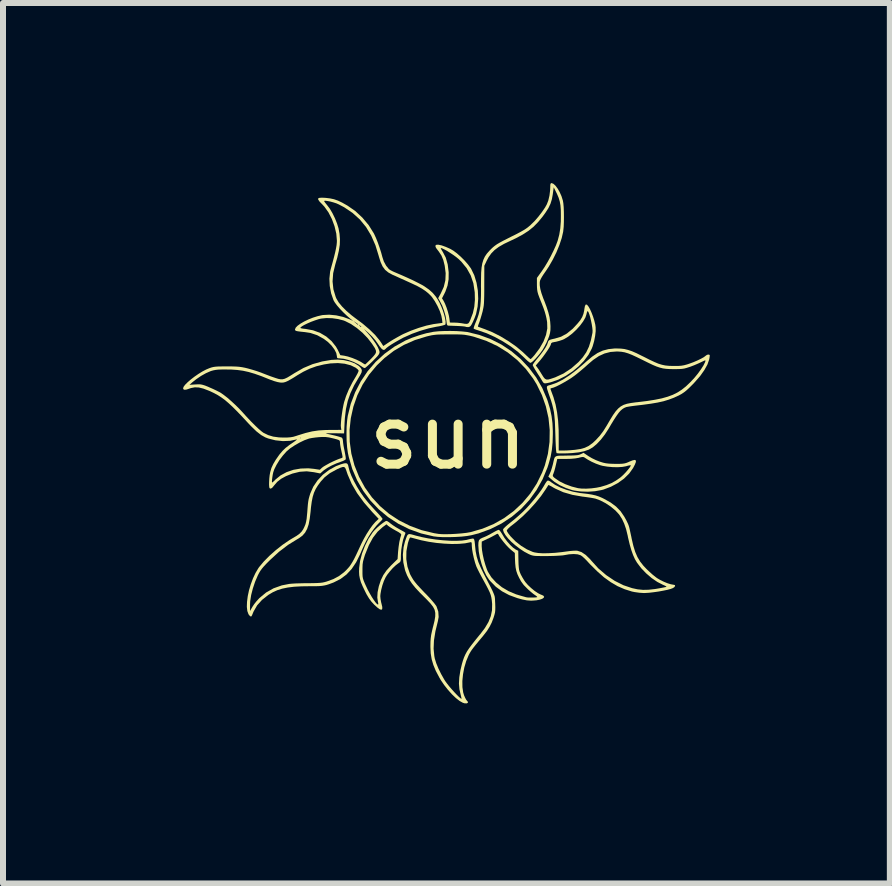
<source format=kicad_pcb>
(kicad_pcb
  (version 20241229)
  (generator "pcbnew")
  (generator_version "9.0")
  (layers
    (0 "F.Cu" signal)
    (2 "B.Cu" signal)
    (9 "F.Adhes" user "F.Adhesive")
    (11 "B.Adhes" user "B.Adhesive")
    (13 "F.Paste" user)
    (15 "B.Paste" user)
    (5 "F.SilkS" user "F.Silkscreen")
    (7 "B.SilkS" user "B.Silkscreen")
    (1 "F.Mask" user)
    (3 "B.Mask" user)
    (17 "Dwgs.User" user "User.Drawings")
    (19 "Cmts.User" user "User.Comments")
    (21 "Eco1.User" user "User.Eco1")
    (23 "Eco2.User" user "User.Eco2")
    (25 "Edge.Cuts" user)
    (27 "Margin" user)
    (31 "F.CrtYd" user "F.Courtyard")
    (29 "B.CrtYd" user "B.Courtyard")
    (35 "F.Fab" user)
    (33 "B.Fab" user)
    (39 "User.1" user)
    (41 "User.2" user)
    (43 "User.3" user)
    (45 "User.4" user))
  (footprint "sun"
    (layer "F.Cu")
    (at 4.415 4.227)
    (property "Reference" "sun" (at 0 0 0) (layer "F.SilkS") (effects (font (size 1 1) (thickness 0.15))))
    (attr board_only exclude_from_pos_files exclude_from_bom)
    (fp_poly (pts (xy -0.165 -3.201) (xy -0.107 -3.189) (xy -0.038 -3.164) (xy 0.034 -3.132) (xy 0.086 -3.102) (xy 0.145 -3.058) (xy 0.211 -3) (xy 0.276 -2.935) (xy 0.334 -2.868) (xy 0.378 -2.808) (xy 0.384 -2.798) (xy 0.436 -2.69) (xy 0.473 -2.567) (xy 0.495 -2.436) (xy 0.501 -2.301) (xy 0.491 -2.169) (xy 0.465 -2.046) (xy 0.441 -1.98) (xy 0.414 -1.917) (xy 0.392 -1.873) (xy 0.374 -1.846) (xy 0.356 -1.833) (xy 0.336 -1.828) (xy 0.332 -1.828) (xy 0.303 -1.83) (xy 0.289 -1.835) (xy 0.274 -1.838) (xy 0.24 -1.842) (xy 0.191 -1.845) (xy 0.15 -1.847) (xy 0.093 -1.849) (xy 0.045 -1.851) (xy 0.01 -1.852) (xy -0.001 -1.853) (xy -0.014 -1.859) (xy -0.022 -1.881) (xy -0.028 -1.923) (xy -0.029 -1.934) (xy -0.042 -2.012) (xy -0.067 -2.099) (xy -0.098 -2.184) (xy -0.134 -2.255) (xy -0.166 -2.31) (xy -0.122 -2.39) (xy -0.073 -2.497) (xy -0.046 -2.608) (xy -0.041 -2.726) (xy -0.057 -2.85) (xy -0.08 -2.943) (xy -0.111 -3.019) (xy -0.155 -3.086) (xy -0.172 -3.108) (xy -0.199 -3.144) (xy -0.123 -3.144) (xy -0.119 -3.131) (xy -0.104 -3.105) (xy -0.088 -3.079) (xy -0.039 -2.985) (xy -0.007 -2.872) (xy 0.009 -2.742) (xy 0.008 -2.625) (xy -0.01 -2.52) (xy -0.046 -2.419) (xy -0.064 -2.382) (xy -0.102 -2.308) (xy -0.076 -2.266) (xy -0.052 -2.218) (xy -0.027 -2.155) (xy -0.004 -2.084) (xy 0.013 -2.017) (xy 0.021 -1.971) (xy 0.029 -1.904) (xy 0.1 -1.903) (xy 0.153 -1.901) (xy 0.207 -1.895) (xy 0.228 -1.892) (xy 0.281 -1.883) (xy 0.314 -1.882) (xy 0.336 -1.89) (xy 0.352 -1.91) (xy 0.369 -1.946) (xy 0.371 -1.952) (xy 0.412 -2.06) (xy 0.436 -2.167) (xy 0.446 -2.281) (xy 0.443 -2.409) (xy 0.442 -2.415) (xy 0.42 -2.559) (xy 0.376 -2.689) (xy 0.309 -2.809) (xy 0.22 -2.918) (xy 0.172 -2.964) (xy 0.133 -2.996) (xy 0.085 -3.031) (xy 0.033 -3.065) (xy -0.017 -3.097) (xy -0.063 -3.122) (xy -0.098 -3.139) (xy -0.12 -3.145) (xy -0.123 -3.144) (xy -0.199 -3.144) (xy -0.203 -3.15) (xy -0.213 -3.18) (xy -0.202 -3.198) (xy -0.169 -3.201)) (stroke (width 0) (type solid)) (fill yes) (layer "F.SilkS"))
    (fp_poly (pts (xy 2.34 0.323) (xy 2.396 0.356) (xy 2.462 0.388) (xy 2.526 0.413) (xy 2.53 0.414) (xy 2.581 0.43) (xy 2.627 0.44) (xy 2.676 0.446) (xy 2.736 0.449) (xy 2.786 0.45) (xy 2.853 0.45) (xy 2.9 0.448) (xy 2.936 0.443) (xy 2.967 0.435) (xy 3 0.422) (xy 3.017 0.414) (xy 3.072 0.392) (xy 3.109 0.384) (xy 3.127 0.393) (xy 3.128 0.418) (xy 3.111 0.462) (xy 3.081 0.52) (xy 3.016 0.611) (xy 2.93 0.696) (xy 2.827 0.77) (xy 2.712 0.831) (xy 2.588 0.878) (xy 2.552 0.887) (xy 2.446 0.906) (xy 2.328 0.914) (xy 2.211 0.91) (xy 2.102 0.895) (xy 2.069 0.888) (xy 1.964 0.853) (xy 1.863 0.807) (xy 1.774 0.752) (xy 1.733 0.719) (xy 1.669 0.663) (xy 1.682 0.637) (xy 1.744 0.637) (xy 1.745 0.655) (xy 1.761 0.674) (xy 1.778 0.688) (xy 1.855 0.741) (xy 1.95 0.788) (xy 2.059 0.828) (xy 2.164 0.855) (xy 2.225 0.862) (xy 2.302 0.863) (xy 2.387 0.858) (xy 2.471 0.847) (xy 2.541 0.833) (xy 2.638 0.804) (xy 2.72 0.771) (xy 2.795 0.729) (xy 2.863 0.682) (xy 2.897 0.653) (xy 2.934 0.617) (xy 2.971 0.577) (xy 3.004 0.538) (xy 3.029 0.505) (xy 3.042 0.481) (xy 3.042 0.473) (xy 3.028 0.474) (xy 2.997 0.48) (xy 2.963 0.49) (xy 2.901 0.501) (xy 2.823 0.506) (xy 2.737 0.504) (xy 2.651 0.496) (xy 2.573 0.483) (xy 2.532 0.472) (xy 2.463 0.447) (xy 2.391 0.415) (xy 2.327 0.38) (xy 2.285 0.353) (xy 2.265 0.34) (xy 2.246 0.335) (xy 2.22 0.338) (xy 2.177 0.348) (xy 2.177 0.349) (xy 2.12 0.359) (xy 2.045 0.366) (xy 1.961 0.368) (xy 1.96 0.368) (xy 1.818 0.368) (xy 1.796 0.464) (xy 1.783 0.518) (xy 1.769 0.569) (xy 1.756 0.606) (xy 1.756 0.607) (xy 1.744 0.637) (xy 1.682 0.637) (xy 1.696 0.607) (xy 1.713 0.566) (xy 1.73 0.511) (xy 1.745 0.457) (xy 1.757 0.403) (xy 1.767 0.364) (xy 1.778 0.339) (xy 1.797 0.324) (xy 1.826 0.316) (xy 1.869 0.313) (xy 1.931 0.313) (xy 1.974 0.312) (xy 2.053 0.311) (xy 2.111 0.309) (xy 2.153 0.305) (xy 2.183 0.299) (xy 2.207 0.29) (xy 2.21 0.288) (xy 2.255 0.266)) (stroke (width 0) (type solid)) (fill yes) (layer "F.SilkS"))
    (fp_poly (pts (xy -1.014 1.404) (xy -0.986 1.422) (xy -0.96 1.443) (xy -0.921 1.472) (xy -0.869 1.506) (xy -0.815 1.537) (xy -0.808 1.541) (xy -0.764 1.565) (xy -0.73 1.584) (xy -0.713 1.597) (xy -0.711 1.6) (xy -0.715 1.616) (xy -0.727 1.646) (xy -0.731 1.657) (xy -0.751 1.717) (xy -0.767 1.794) (xy -0.78 1.877) (xy -0.786 1.958) (xy -0.787 1.987) (xy -0.787 2.035) (xy -0.791 2.064) (xy -0.799 2.083) (xy -0.815 2.097) (xy -0.83 2.107) (xy -0.873 2.14) (xy -0.923 2.187) (xy -0.972 2.243) (xy -1.016 2.299) (xy -1.043 2.343) (xy -1.071 2.403) (xy -1.096 2.476) (xy -1.115 2.55) (xy -1.127 2.618) (xy -1.13 2.654) (xy -1.126 2.701) (xy -1.116 2.756) (xy -1.11 2.779) (xy -1.097 2.834) (xy -1.098 2.868) (xy -1.112 2.881) (xy -1.14 2.872) (xy -1.181 2.842) (xy -1.231 2.796) (xy -1.279 2.744) (xy -1.318 2.691) (xy -1.356 2.628) (xy -1.381 2.579) (xy -1.422 2.494) (xy -1.452 2.424) (xy -1.47 2.363) (xy -1.481 2.305) (xy -1.484 2.244) (xy -1.483 2.221) (xy -1.427 2.221) (xy -1.427 2.28) (xy -1.425 2.324) (xy -1.419 2.359) (xy -1.407 2.396) (xy -1.388 2.442) (xy -1.369 2.483) (xy -1.338 2.549) (xy -1.304 2.611) (xy -1.271 2.668) (xy -1.239 2.717) (xy -1.211 2.756) (xy -1.188 2.782) (xy -1.171 2.794) (xy -1.163 2.789) (xy -1.165 2.765) (xy -1.169 2.751) (xy -1.18 2.677) (xy -1.175 2.588) (xy -1.155 2.491) (xy -1.155 2.49) (xy -1.121 2.388) (xy -1.08 2.303) (xy -1.026 2.225) (xy -0.954 2.146) (xy -0.946 2.138) (xy -0.842 2.036) (xy -0.834 1.916) (xy -0.825 1.832) (xy -0.813 1.751) (xy -0.797 1.682) (xy -0.782 1.636) (xy -0.782 1.623) (xy -0.797 1.607) (xy -0.828 1.586) (xy -0.872 1.562) (xy -0.921 1.534) (xy -0.963 1.508) (xy -0.993 1.487) (xy -0.999 1.483) (xy -1.027 1.457) (xy -1.091 1.504) (xy -1.175 1.58) (xy -1.252 1.68) (xy -1.32 1.804) (xy -1.38 1.952) (xy -1.386 1.968) (xy -1.405 2.029) (xy -1.418 2.079) (xy -1.425 2.128) (xy -1.427 2.187) (xy -1.427 2.221) (xy -1.483 2.221) (xy -1.482 2.184) (xy -1.467 2.067) (xy -1.434 1.942) (xy -1.385 1.816) (xy -1.325 1.695) (xy -1.255 1.589) (xy -1.223 1.553) (xy -1.18 1.511) (xy -1.132 1.469) (xy -1.085 1.433) (xy -1.046 1.407) (xy -1.032 1.4)) (stroke (width 0) (type solid)) (fill yes) (layer "F.SilkS"))
    (fp_poly (pts (xy 2.317 -2.197) (xy 2.34 -2.168) (xy 2.365 -2.123) (xy 2.39 -2.067) (xy 2.414 -2.003) (xy 2.435 -1.936) (xy 2.451 -1.871) (xy 2.457 -1.827) (xy 2.458 -1.761) (xy 2.449 -1.681) (xy 2.432 -1.594) (xy 2.408 -1.51) (xy 2.392 -1.469) (xy 2.339 -1.368) (xy 2.265 -1.269) (xy 2.173 -1.174) (xy 2.069 -1.088) (xy 1.954 -1.013) (xy 1.835 -0.953) (xy 1.714 -0.911) (xy 1.705 -0.908) (xy 1.653 -0.896) (xy 1.619 -0.891) (xy 1.598 -0.894) (xy 1.583 -0.907) (xy 1.568 -0.93) (xy 1.551 -0.959) (xy 1.524 -1.002) (xy 1.492 -1.051) (xy 1.477 -1.075) (xy 1.448 -1.121) (xy 1.425 -1.161) (xy 1.411 -1.188) (xy 1.411 -1.189) (xy 1.46 -1.189) (xy 1.489 -1.15) (xy 1.511 -1.119) (xy 1.539 -1.075) (xy 1.566 -1.031) (xy 1.591 -0.992) (xy 1.613 -0.967) (xy 1.637 -0.955) (xy 1.668 -0.955) (xy 1.712 -0.967) (xy 1.774 -0.988) (xy 1.783 -0.991) (xy 1.92 -1.054) (xy 2.051 -1.14) (xy 2.171 -1.245) (xy 2.243 -1.325) (xy 2.301 -1.409) (xy 2.345 -1.501) (xy 2.378 -1.607) (xy 2.404 -1.732) (xy 2.405 -1.74) (xy 2.406 -1.774) (xy 2.401 -1.821) (xy 2.392 -1.877) (xy 2.38 -1.936) (xy 2.367 -1.992) (xy 2.352 -2.041) (xy 2.338 -2.077) (xy 2.327 -2.094) (xy 2.324 -2.094) (xy 2.315 -2.083) (xy 2.307 -2.056) (xy 2.306 -2.047) (xy 2.287 -1.989) (xy 2.25 -1.924) (xy 2.199 -1.855) (xy 2.137 -1.786) (xy 2.07 -1.723) (xy 2 -1.669) (xy 1.932 -1.628) (xy 1.902 -1.615) (xy 1.85 -1.598) (xy 1.797 -1.584) (xy 1.773 -1.58) (xy 1.735 -1.572) (xy 1.717 -1.56) (xy 1.714 -1.548) (xy 1.706 -1.526) (xy 1.686 -1.488) (xy 1.655 -1.439) (xy 1.617 -1.384) (xy 1.576 -1.328) (xy 1.533 -1.274) (xy 1.524 -1.264) (xy 1.46 -1.189) (xy 1.411 -1.189) (xy 1.409 -1.196) (xy 1.417 -1.213) (xy 1.438 -1.244) (xy 1.468 -1.282) (xy 1.48 -1.296) (xy 1.533 -1.361) (xy 1.581 -1.425) (xy 1.62 -1.483) (xy 1.647 -1.532) (xy 1.659 -1.564) (xy 1.667 -1.59) (xy 1.681 -1.608) (xy 1.706 -1.62) (xy 1.749 -1.631) (xy 1.777 -1.637) (xy 1.881 -1.668) (xy 1.978 -1.721) (xy 2.071 -1.797) (xy 2.088 -1.814) (xy 2.152 -1.883) (xy 2.2 -1.941) (xy 2.233 -1.995) (xy 2.254 -2.049) (xy 2.267 -2.108) (xy 2.27 -2.132) (xy 2.279 -2.18) (xy 2.292 -2.203) (xy 2.298 -2.206)) (stroke (width 0) (type solid)) (fill yes) (layer "F.SilkS"))
    (fp_poly (pts (xy 0.858 1.559) (xy 0.879 1.587) (xy 0.903 1.625) (xy 0.904 1.627) (xy 0.939 1.685) (xy 0.985 1.745) (xy 1.034 1.801) (xy 1.082 1.846) (xy 1.124 1.876) (xy 1.126 1.877) (xy 1.168 1.898) (xy 1.171 2.057) (xy 1.173 2.126) (xy 1.177 2.176) (xy 1.182 2.215) (xy 1.191 2.247) (xy 1.205 2.28) (xy 1.208 2.288) (xy 1.236 2.34) (xy 1.269 2.394) (xy 1.288 2.421) (xy 1.33 2.469) (xy 1.383 2.519) (xy 1.439 2.565) (xy 1.493 2.602) (xy 1.54 2.626) (xy 1.549 2.629) (xy 1.585 2.645) (xy 1.599 2.663) (xy 1.592 2.681) (xy 1.567 2.698) (xy 1.526 2.712) (xy 1.472 2.723) (xy 1.408 2.728) (xy 1.378 2.729) (xy 1.311 2.724) (xy 1.236 2.709) (xy 1.155 2.687) (xy 1.016 2.636) (xy 0.898 2.573) (xy 0.794 2.497) (xy 0.703 2.404) (xy 0.683 2.381) (xy 0.637 2.311) (xy 0.594 2.222) (xy 0.558 2.121) (xy 0.529 2.014) (xy 0.51 1.909) (xy 0.504 1.822) (xy 0.559 1.822) (xy 0.564 1.885) (xy 0.577 1.963) (xy 0.596 2.049) (xy 0.62 2.133) (xy 0.646 2.209) (xy 0.662 2.246) (xy 0.72 2.339) (xy 0.799 2.426) (xy 0.896 2.505) (xy 1.008 2.571) (xy 1.131 2.623) (xy 1.187 2.64) (xy 1.235 2.654) (xy 1.275 2.665) (xy 1.298 2.672) (xy 1.301 2.672) (xy 1.324 2.676) (xy 1.36 2.677) (xy 1.402 2.677) (xy 1.442 2.676) (xy 1.472 2.673) (xy 1.485 2.669) (xy 1.485 2.668) (xy 1.475 2.656) (xy 1.451 2.638) (xy 1.446 2.635) (xy 1.419 2.616) (xy 1.38 2.584) (xy 1.337 2.546) (xy 1.319 2.529) (xy 1.259 2.468) (xy 1.214 2.406) (xy 1.182 2.347) (xy 1.155 2.29) (xy 1.136 2.235) (xy 1.124 2.177) (xy 1.117 2.108) (xy 1.113 2.024) (xy 1.111 1.934) (xy 1.041 1.877) (xy 1.007 1.845) (xy 0.966 1.802) (xy 0.924 1.752) (xy 0.885 1.702) (xy 0.854 1.658) (xy 0.836 1.625) (xy 0.834 1.622) (xy 0.824 1.614) (xy 0.803 1.622) (xy 0.792 1.629) (xy 0.763 1.645) (xy 0.72 1.668) (xy 0.67 1.693) (xy 0.657 1.698) (xy 0.56 1.745) (xy 0.559 1.822) (xy 0.504 1.822) (xy 0.503 1.812) (xy 0.505 1.759) (xy 0.513 1.724) (xy 0.533 1.701) (xy 0.57 1.682) (xy 0.598 1.671) (xy 0.639 1.653) (xy 0.69 1.627) (xy 0.74 1.599) (xy 0.783 1.575) (xy 0.819 1.557) (xy 0.841 1.549) (xy 0.843 1.549)) (stroke (width 0) (type solid)) (fill yes) (layer "F.SilkS"))
    (fp_poly (pts (xy 0.138 -1.762) (xy 0.23 -1.756) (xy 0.307 -1.748) (xy 0.321 -1.746) (xy 0.519 -1.698) (xy 0.708 -1.628) (xy 0.888 -1.537) (xy 1.055 -1.426) (xy 1.209 -1.296) (xy 1.346 -1.15) (xy 1.467 -0.989) (xy 1.568 -0.814) (xy 1.648 -0.627) (xy 1.663 -0.583) (xy 1.699 -0.461) (xy 1.723 -0.346) (xy 1.738 -0.227) (xy 1.744 -0.097) (xy 1.744 -0.044) (xy 1.74 0.095) (xy 1.728 0.218) (xy 1.707 0.334) (xy 1.674 0.452) (xy 1.655 0.511) (xy 1.574 0.706) (xy 1.473 0.886) (xy 1.353 1.052) (xy 1.215 1.201) (xy 1.06 1.332) (xy 0.889 1.444) (xy 0.705 1.536) (xy 0.508 1.608) (xy 0.387 1.639) (xy 0.313 1.652) (xy 0.222 1.662) (xy 0.12 1.668) (xy 0.016 1.671) (xy -0.084 1.671) (xy -0.173 1.666) (xy -0.241 1.658) (xy -0.45 1.609) (xy -0.647 1.538) (xy -0.831 1.447) (xy -1.001 1.336) (xy -1.155 1.208) (xy -1.293 1.063) (xy -1.413 0.902) (xy -1.515 0.726) (xy -1.596 0.538) (xy -1.655 0.337) (xy -1.67 0.267) (xy -1.683 0.173) (xy -1.691 0.064) (xy -1.693 -0.053) (xy -1.692 -0.116) (xy -1.642 -0.116) (xy -1.639 0.082) (xy -1.612 0.279) (xy -1.561 0.473) (xy -1.56 0.476) (xy -1.483 0.668) (xy -1.386 0.845) (xy -1.27 1.007) (xy -1.135 1.153) (xy -0.984 1.282) (xy -0.817 1.392) (xy -0.635 1.483) (xy -0.44 1.555) (xy -0.233 1.605) (xy -0.159 1.617) (xy -0.105 1.621) (xy -0.033 1.622) (xy 0.05 1.62) (xy 0.139 1.615) (xy 0.226 1.608) (xy 0.305 1.599) (xy 0.369 1.588) (xy 0.374 1.587) (xy 0.572 1.53) (xy 0.759 1.452) (xy 0.934 1.353) (xy 1.095 1.234) (xy 1.24 1.098) (xy 1.368 0.945) (xy 1.477 0.777) (xy 1.566 0.595) (xy 1.611 0.476) (xy 1.662 0.283) (xy 1.689 0.085) (xy 1.692 -0.114) (xy 1.672 -0.313) (xy 1.628 -0.507) (xy 1.562 -0.696) (xy 1.474 -0.876) (xy 1.414 -0.973) (xy 1.292 -1.134) (xy 1.151 -1.279) (xy 0.994 -1.405) (xy 0.822 -1.512) (xy 0.635 -1.599) (xy 0.437 -1.665) (xy 0.408 -1.673) (xy 0.358 -1.685) (xy 0.315 -1.693) (xy 0.273 -1.7) (xy 0.226 -1.704) (xy 0.169 -1.706) (xy 0.096 -1.707) (xy 0.025 -1.707) (xy -0.063 -1.706) (xy -0.132 -1.705) (xy -0.186 -1.703) (xy -0.232 -1.698) (xy -0.274 -1.692) (xy -0.318 -1.682) (xy -0.356 -1.673) (xy -0.554 -1.612) (xy -0.736 -1.532) (xy -0.904 -1.433) (xy -1.06 -1.313) (xy -1.187 -1.191) (xy -1.317 -1.036) (xy -1.425 -0.869) (xy -1.513 -0.691) (xy -1.578 -0.504) (xy -1.621 -0.312) (xy -1.642 -0.116) (xy -1.692 -0.116) (xy -1.691 -0.17) (xy -1.682 -0.277) (xy -1.672 -0.349) (xy -1.622 -0.551) (xy -1.549 -0.743) (xy -1.455 -0.924) (xy -1.341 -1.093) (xy -1.209 -1.247) (xy -1.059 -1.384) (xy -0.894 -1.503) (xy -0.714 -1.603) (xy -0.71 -1.605) (xy -0.601 -1.651) (xy -0.482 -1.692) (xy -0.363 -1.726) (xy -0.254 -1.748) (xy -0.235 -1.751) (xy -0.157 -1.759) (xy -0.064 -1.763) (xy 0.037 -1.764)) (stroke (width 0) (type solid)) (fill yes) (layer "F.SilkS"))
    (fp_poly (pts (xy -1.676 0.451) (xy -1.664 0.479) (xy -1.658 0.509) (xy -1.641 0.572) (xy -1.611 0.65) (xy -1.569 0.738) (xy -1.519 0.83) (xy -1.463 0.921) (xy -1.402 1.008) (xy -1.401 1.009) (xy -1.366 1.053) (xy -1.32 1.109) (xy -1.267 1.168) (xy -1.215 1.225) (xy -1.213 1.227) (xy -1.169 1.274) (xy -1.132 1.315) (xy -1.106 1.347) (xy -1.093 1.365) (xy -1.092 1.367) (xy -1.1 1.381) (xy -1.123 1.406) (xy -1.155 1.438) (xy -1.156 1.439) (xy -1.193 1.478) (xy -1.235 1.53) (xy -1.276 1.586) (xy -1.29 1.606) (xy -1.322 1.657) (xy -1.35 1.706) (xy -1.378 1.759) (xy -1.407 1.82) (xy -1.441 1.896) (xy -1.466 1.955) (xy -1.532 2.089) (xy -1.607 2.201) (xy -1.693 2.293) (xy -1.793 2.368) (xy -1.908 2.426) (xy -1.986 2.455) (xy -2.027 2.468) (xy -2.063 2.476) (xy -2.1 2.482) (xy -2.145 2.486) (xy -2.202 2.488) (xy -2.278 2.488) (xy -2.297 2.488) (xy -2.442 2.49) (xy -2.566 2.497) (xy -2.672 2.51) (xy -2.764 2.529) (xy -2.846 2.555) (xy -2.921 2.589) (xy -2.993 2.632) (xy -2.996 2.634) (xy -3.1 2.716) (xy -3.182 2.807) (xy -3.242 2.912) (xy -3.267 2.973) (xy -3.28 2.993) (xy -3.299 2.988) (xy -3.323 2.959) (xy -3.326 2.954) (xy -3.345 2.902) (xy -3.353 2.832) (xy -3.352 2.798) (xy -3.3 2.798) (xy -3.3 2.901) (xy -3.26 2.831) (xy -3.231 2.787) (xy -3.191 2.737) (xy -3.148 2.69) (xy -3.143 2.685) (xy -3.032 2.593) (xy -2.908 2.523) (xy -2.77 2.474) (xy -2.647 2.45) (xy -2.604 2.446) (xy -2.542 2.442) (xy -2.467 2.44) (xy -2.387 2.438) (xy -2.334 2.438) (xy -2.248 2.437) (xy -2.182 2.435) (xy -2.132 2.432) (xy -2.091 2.427) (xy -2.055 2.419) (xy -2.023 2.41) (xy -1.911 2.369) (xy -1.818 2.319) (xy -1.735 2.256) (xy -1.7 2.223) (xy -1.671 2.192) (xy -1.644 2.161) (xy -1.62 2.126) (xy -1.594 2.085) (xy -1.566 2.034) (xy -1.534 1.97) (xy -1.496 1.889) (xy -1.449 1.788) (xy -1.448 1.785) (xy -1.406 1.702) (xy -1.358 1.618) (xy -1.308 1.54) (xy -1.259 1.472) (xy -1.215 1.421) (xy -1.208 1.414) (xy -1.157 1.366) (xy -1.264 1.253) (xy -1.402 1.094) (xy -1.517 0.937) (xy -1.607 0.782) (xy -1.673 0.63) (xy -1.683 0.601) (xy -1.7 0.551) (xy -1.714 0.519) (xy -1.731 0.503) (xy -1.756 0.502) (xy -1.793 0.514) (xy -1.847 0.538) (xy -1.864 0.547) (xy -1.97 0.605) (xy -2.057 0.673) (xy -2.122 0.745) (xy -2.17 0.81) (xy -2.207 0.87) (xy -2.235 0.932) (xy -2.256 1) (xy -2.272 1.08) (xy -2.285 1.177) (xy -2.291 1.244) (xy -2.305 1.361) (xy -2.323 1.457) (xy -2.349 1.534) (xy -2.383 1.596) (xy -2.427 1.646) (xy -2.484 1.688) (xy -2.516 1.707) (xy -2.667 1.8) (xy -2.819 1.916) (xy -2.965 2.05) (xy -3.025 2.11) (xy -3.069 2.157) (xy -3.102 2.196) (xy -3.128 2.232) (xy -3.15 2.269) (xy -3.171 2.31) (xy -3.216 2.415) (xy -3.253 2.526) (xy -3.281 2.635) (xy -3.297 2.736) (xy -3.3 2.798) (xy -3.352 2.798) (xy -3.35 2.748) (xy -3.338 2.654) (xy -3.317 2.555) (xy -3.287 2.455) (xy -3.251 2.358) (xy -3.209 2.268) (xy -3.162 2.189) (xy -3.148 2.169) (xy -3.071 2.077) (xy -2.976 1.981) (xy -2.869 1.886) (xy -2.756 1.797) (xy -2.643 1.72) (xy -2.59 1.688) (xy -2.524 1.649) (xy -2.477 1.615) (xy -2.442 1.58) (xy -2.415 1.541) (xy -2.393 1.496) (xy -2.377 1.457) (xy -2.366 1.415) (xy -2.357 1.365) (xy -2.351 1.3) (xy -2.347 1.26) (xy -2.341 1.181) (xy -2.336 1.122) (xy -2.33 1.075) (xy -2.323 1.036) (xy -2.313 0.998) (xy -2.3 0.955) (xy -2.296 0.943) (xy -2.247 0.831) (xy -2.176 0.726) (xy -2.088 0.632) (xy -1.984 0.552) (xy -1.868 0.488) (xy -1.786 0.457) (xy -1.733 0.442) (xy -1.698 0.439)) (stroke (width 0) (type solid)) (fill yes) (layer "F.SilkS"))
    (fp_poly (pts (xy 1.678 0.731) (xy 1.706 0.747) (xy 1.715 0.755) (xy 1.783 0.801) (xy 1.871 0.845) (xy 1.972 0.883) (xy 2.081 0.914) (xy 2.192 0.935) (xy 2.228 0.939) (xy 2.321 0.95) (xy 2.395 0.962) (xy 2.457 0.976) (xy 2.512 0.994) (xy 2.566 1.017) (xy 2.596 1.032) (xy 2.707 1.094) (xy 2.797 1.161) (xy 2.872 1.238) (xy 2.934 1.329) (xy 2.968 1.39) (xy 2.984 1.423) (xy 2.997 1.45) (xy 3.007 1.476) (xy 3.016 1.505) (xy 3.025 1.543) (xy 3.036 1.594) (xy 3.051 1.663) (xy 3.058 1.699) (xy 3.086 1.818) (xy 3.117 1.918) (xy 3.154 2.003) (xy 3.199 2.078) (xy 3.254 2.148) (xy 3.305 2.202) (xy 3.355 2.249) (xy 3.407 2.296) (xy 3.455 2.334) (xy 3.48 2.353) (xy 3.531 2.383) (xy 3.591 2.413) (xy 3.652 2.438) (xy 3.707 2.455) (xy 3.749 2.463) (xy 3.752 2.463) (xy 3.777 2.469) (xy 3.781 2.485) (xy 3.766 2.505) (xy 3.743 2.52) (xy 3.706 2.534) (xy 3.65 2.549) (xy 3.581 2.563) (xy 3.504 2.577) (xy 3.425 2.588) (xy 3.351 2.597) (xy 3.286 2.601) (xy 3.263 2.602) (xy 3.185 2.597) (xy 3.107 2.586) (xy 3.063 2.577) (xy 2.939 2.538) (xy 2.822 2.487) (xy 2.709 2.421) (xy 2.596 2.34) (xy 2.482 2.239) (xy 2.361 2.119) (xy 2.307 2.06) (xy 2.27 2.023) (xy 2.233 1.99) (xy 2.206 1.972) (xy 2.157 1.957) (xy 2.091 1.952) (xy 2.013 1.957) (xy 1.944 1.969) (xy 1.906 1.975) (xy 1.848 1.979) (xy 1.776 1.983) (xy 1.695 1.985) (xy 1.644 1.986) (xy 1.562 1.986) (xy 1.501 1.985) (xy 1.456 1.984) (xy 1.423 1.98) (xy 1.396 1.974) (xy 1.372 1.966) (xy 1.346 1.954) (xy 1.343 1.953) (xy 1.268 1.913) (xy 1.194 1.864) (xy 1.122 1.809) (xy 1.056 1.752) (xy 1 1.694) (xy 0.956 1.639) (xy 0.927 1.59) (xy 0.918 1.561) (xy 0.977 1.561) (xy 0.985 1.582) (xy 1.006 1.614) (xy 1.036 1.652) (xy 1.038 1.655) (xy 1.122 1.741) (xy 1.216 1.815) (xy 1.314 1.875) (xy 1.41 1.917) (xy 1.439 1.925) (xy 1.5 1.935) (xy 1.58 1.94) (xy 1.676 1.938) (xy 1.782 1.932) (xy 1.894 1.92) (xy 1.968 1.91) (xy 2.029 1.902) (xy 2.087 1.897) (xy 2.134 1.896) (xy 2.153 1.897) (xy 2.222 1.92) (xy 2.292 1.967) (xy 2.364 2.037) (xy 2.385 2.062) (xy 2.503 2.192) (xy 2.634 2.304) (xy 2.775 2.399) (xy 2.921 2.472) (xy 3.064 2.52) (xy 3.156 2.54) (xy 3.246 2.549) (xy 3.34 2.547) (xy 3.447 2.535) (xy 3.495 2.527) (xy 3.551 2.517) (xy 3.597 2.508) (xy 3.628 2.501) (xy 3.638 2.497) (xy 3.631 2.49) (xy 3.605 2.476) (xy 3.575 2.463) (xy 3.485 2.417) (xy 3.391 2.353) (xy 3.3 2.275) (xy 3.217 2.189) (xy 3.149 2.1) (xy 3.148 2.099) (xy 3.112 2.038) (xy 3.081 1.969) (xy 3.052 1.888) (xy 3.024 1.791) (xy 2.996 1.673) (xy 2.991 1.646) (xy 2.964 1.536) (xy 2.933 1.446) (xy 2.897 1.369) (xy 2.852 1.299) (xy 2.846 1.291) (xy 2.787 1.227) (xy 2.71 1.163) (xy 2.623 1.105) (xy 2.534 1.059) (xy 2.456 1.03) (xy 2.424 1.023) (xy 2.373 1.014) (xy 2.311 1.005) (xy 2.244 0.996) (xy 2.24 0.996) (xy 2.069 0.966) (xy 1.917 0.922) (xy 1.786 0.863) (xy 1.76 0.849) (xy 1.72 0.825) (xy 1.688 0.809) (xy 1.672 0.802) (xy 1.671 0.802) (xy 1.663 0.814) (xy 1.646 0.841) (xy 1.624 0.876) (xy 1.548 0.986) (xy 1.455 1.101) (xy 1.351 1.216) (xy 1.243 1.323) (xy 1.135 1.417) (xy 1.095 1.449) (xy 1.037 1.494) (xy 0.998 1.53) (xy 0.979 1.554) (xy 0.977 1.561) (xy 0.918 1.561) (xy 0.916 1.55) (xy 0.916 1.539) (xy 0.928 1.524) (xy 0.955 1.497) (xy 0.995 1.462) (xy 1.041 1.425) (xy 1.101 1.377) (xy 1.165 1.322) (xy 1.224 1.269) (xy 1.255 1.24) (xy 1.316 1.177) (xy 1.381 1.104) (xy 1.445 1.028) (xy 1.504 0.952) (xy 1.554 0.883) (xy 1.591 0.825) (xy 1.599 0.811) (xy 1.622 0.771) (xy 1.643 0.741) (xy 1.658 0.728)) (stroke (width 0) (type solid)) (fill yes) (layer "F.SilkS"))
    (fp_poly (pts (xy 1.754 -4.215) (xy 1.788 -4.184) (xy 1.824 -4.136) (xy 1.858 -4.077) (xy 1.888 -4.01) (xy 1.91 -3.94) (xy 1.911 -3.939) (xy 1.919 -3.892) (xy 1.925 -3.826) (xy 1.928 -3.747) (xy 1.929 -3.662) (xy 1.928 -3.577) (xy 1.925 -3.498) (xy 1.918 -3.432) (xy 1.916 -3.415) (xy 1.892 -3.311) (xy 1.854 -3.196) (xy 1.804 -3.074) (xy 1.744 -2.953) (xy 1.678 -2.838) (xy 1.636 -2.774) (xy 1.592 -2.711) (xy 1.562 -2.664) (xy 1.542 -2.628) (xy 1.53 -2.599) (xy 1.526 -2.571) (xy 1.526 -2.54) (xy 1.527 -2.518) (xy 1.536 -2.462) (xy 1.555 -2.392) (xy 1.586 -2.304) (xy 1.598 -2.276) (xy 1.639 -2.167) (xy 1.669 -2.074) (xy 1.689 -1.994) (xy 1.7 -1.919) (xy 1.705 -1.846) (xy 1.705 -1.834) (xy 1.704 -1.776) (xy 1.697 -1.729) (xy 1.684 -1.68) (xy 1.664 -1.628) (xy 1.638 -1.568) (xy 1.606 -1.506) (xy 1.576 -1.453) (xy 1.572 -1.447) (xy 1.537 -1.398) (xy 1.497 -1.349) (xy 1.456 -1.303) (xy 1.419 -1.266) (xy 1.389 -1.241) (xy 1.37 -1.232) (xy 1.354 -1.241) (xy 1.325 -1.264) (xy 1.289 -1.298) (xy 1.269 -1.318) (xy 1.168 -1.411) (xy 1.048 -1.503) (xy 0.916 -1.588) (xy 0.777 -1.664) (xy 0.64 -1.726) (xy 0.51 -1.771) (xy 0.468 -1.784) (xy 0.438 -1.796) (xy 0.425 -1.803) (xy 0.427 -1.819) (xy 0.432 -1.836) (xy 0.497 -1.836) (xy 0.51 -1.83) (xy 0.542 -1.819) (xy 0.585 -1.803) (xy 0.603 -1.797) (xy 0.735 -1.744) (xy 0.873 -1.674) (xy 1.008 -1.592) (xy 1.135 -1.503) (xy 1.245 -1.411) (xy 1.263 -1.394) (xy 1.305 -1.354) (xy 1.339 -1.322) (xy 1.364 -1.301) (xy 1.373 -1.295) (xy 1.385 -1.304) (xy 1.408 -1.327) (xy 1.437 -1.36) (xy 1.438 -1.361) (xy 1.523 -1.474) (xy 1.588 -1.587) (xy 1.631 -1.699) (xy 1.652 -1.806) (xy 1.649 -1.907) (xy 1.649 -1.91) (xy 1.639 -1.971) (xy 1.626 -2.027) (xy 1.61 -2.083) (xy 1.588 -2.147) (xy 1.558 -2.225) (xy 1.544 -2.259) (xy 1.518 -2.326) (xy 1.5 -2.375) (xy 1.489 -2.415) (xy 1.483 -2.452) (xy 1.48 -2.492) (xy 1.479 -2.532) (xy 1.479 -2.647) (xy 1.559 -2.758) (xy 1.608 -2.831) (xy 1.659 -2.916) (xy 1.71 -3.009) (xy 1.756 -3.102) (xy 1.795 -3.188) (xy 1.822 -3.26) (xy 1.825 -3.269) (xy 1.851 -3.367) (xy 1.868 -3.471) (xy 1.877 -3.588) (xy 1.878 -3.683) (xy 1.877 -3.779) (xy 1.871 -3.857) (xy 1.859 -3.923) (xy 1.84 -3.985) (xy 1.813 -4.048) (xy 1.806 -4.062) (xy 1.759 -4.157) (xy 1.743 -4.039) (xy 1.728 -3.957) (xy 1.705 -3.883) (xy 1.671 -3.811) (xy 1.622 -3.735) (xy 1.575 -3.67) (xy 1.5 -3.579) (xy 1.423 -3.5) (xy 1.339 -3.432) (xy 1.243 -3.37) (xy 1.13 -3.309) (xy 1.041 -3.267) (xy 0.932 -3.215) (xy 0.845 -3.165) (xy 0.775 -3.113) (xy 0.72 -3.057) (xy 0.674 -2.993) (xy 0.642 -2.933) (xy 0.603 -2.85) (xy 0.602 -2.526) (xy 0.602 -2.424) (xy 0.601 -2.343) (xy 0.599 -2.279) (xy 0.597 -2.228) (xy 0.593 -2.186) (xy 0.587 -2.149) (xy 0.579 -2.112) (xy 0.574 -2.088) (xy 0.557 -2.027) (xy 0.539 -1.967) (xy 0.523 -1.918) (xy 0.519 -1.907) (xy 0.505 -1.87) (xy 0.497 -1.844) (xy 0.497 -1.836) (xy 0.432 -1.836) (xy 0.437 -1.851) (xy 0.453 -1.893) (xy 0.457 -1.902) (xy 0.486 -1.973) (xy 0.508 -2.039) (xy 0.524 -2.105) (xy 0.536 -2.176) (xy 0.543 -2.255) (xy 0.547 -2.349) (xy 0.548 -2.462) (xy 0.547 -2.507) (xy 0.548 -2.632) (xy 0.55 -2.735) (xy 0.557 -2.82) (xy 0.569 -2.89) (xy 0.587 -2.949) (xy 0.611 -3.001) (xy 0.643 -3.049) (xy 0.684 -3.096) (xy 0.717 -3.13) (xy 0.747 -3.158) (xy 0.778 -3.183) (xy 0.813 -3.208) (xy 0.857 -3.234) (xy 0.914 -3.265) (xy 0.987 -3.302) (xy 1.042 -3.33) (xy 1.131 -3.374) (xy 1.201 -3.411) (xy 1.256 -3.442) (xy 1.3 -3.47) (xy 1.337 -3.498) (xy 1.373 -3.528) (xy 1.376 -3.532) (xy 1.439 -3.593) (xy 1.503 -3.667) (xy 1.563 -3.745) (xy 1.615 -3.821) (xy 1.644 -3.873) (xy 1.669 -3.938) (xy 1.688 -4.02) (xy 1.699 -4.109) (xy 1.701 -4.16) (xy 1.702 -4.2) (xy 1.708 -4.22) (xy 1.72 -4.227) (xy 1.724 -4.227)) (stroke (width 0) (type solid)) (fill yes) (layer "F.SilkS"))
    (fp_poly (pts (xy 2.877 -1.47) (xy 2.937 -1.463) (xy 2.997 -1.448) (xy 3.063 -1.426) (xy 3.139 -1.393) (xy 3.229 -1.348) (xy 3.262 -1.332) (xy 3.357 -1.284) (xy 3.436 -1.247) (xy 3.502 -1.219) (xy 3.561 -1.201) (xy 3.617 -1.189) (xy 3.676 -1.183) (xy 3.741 -1.181) (xy 3.763 -1.181) (xy 3.832 -1.181) (xy 3.885 -1.185) (xy 3.931 -1.193) (xy 3.979 -1.206) (xy 4.012 -1.217) (xy 4.084 -1.243) (xy 4.152 -1.272) (xy 4.212 -1.301) (xy 4.259 -1.327) (xy 4.287 -1.348) (xy 4.29 -1.351) (xy 4.314 -1.367) (xy 4.342 -1.371) (xy 4.357 -1.364) (xy 4.358 -1.349) (xy 4.354 -1.317) (xy 4.348 -1.287) (xy 4.319 -1.204) (xy 4.268 -1.112) (xy 4.198 -1.013) (xy 4.109 -0.911) (xy 4.075 -0.875) (xy 4.016 -0.816) (xy 3.969 -0.773) (xy 3.927 -0.74) (xy 3.886 -0.713) (xy 3.84 -0.688) (xy 3.84 -0.688) (xy 3.759 -0.651) (xy 3.676 -0.62) (xy 3.588 -0.593) (xy 3.489 -0.571) (xy 3.376 -0.552) (xy 3.244 -0.534) (xy 3.176 -0.526) (xy 3.108 -0.518) (xy 3.047 -0.51) (xy 2.998 -0.502) (xy 2.968 -0.496) (xy 2.962 -0.494) (xy 2.93 -0.48) (xy 2.901 -0.461) (xy 2.871 -0.435) (xy 2.84 -0.399) (xy 2.805 -0.35) (xy 2.763 -0.286) (xy 2.713 -0.204) (xy 2.674 -0.137) (xy 2.612 -0.041) (xy 2.544 0.047) (xy 2.474 0.121) (xy 2.408 0.176) (xy 2.406 0.177) (xy 2.343 0.213) (xy 2.268 0.239) (xy 2.179 0.258) (xy 2.07 0.27) (xy 2.001 0.274) (xy 1.935 0.276) (xy 1.878 0.276) (xy 1.835 0.275) (xy 1.811 0.272) (xy 1.807 0.271) (xy 1.802 0.254) (xy 1.797 0.212) (xy 1.793 0.146) (xy 1.789 0.056) (xy 1.786 -0.044) (xy 1.782 -0.161) (xy 1.778 -0.258) (xy 1.771 -0.339) (xy 1.763 -0.409) (xy 1.75 -0.474) (xy 1.734 -0.538) (xy 1.714 -0.606) (xy 1.693 -0.666) (xy 1.669 -0.735) (xy 1.653 -0.784) (xy 1.647 -0.807) (xy 1.706 -0.807) (xy 1.707 -0.79) (xy 1.754 -0.663) (xy 1.79 -0.538) (xy 1.815 -0.408) (xy 1.832 -0.269) (xy 1.841 -0.114) (xy 1.842 0.01) (xy 1.842 0.228) (xy 1.921 0.228) (xy 1.973 0.227) (xy 2.037 0.223) (xy 2.101 0.217) (xy 2.107 0.217) (xy 2.201 0.203) (xy 2.277 0.182) (xy 2.343 0.15) (xy 2.406 0.104) (xy 2.462 0.052) (xy 2.527 -0.019) (xy 2.585 -0.096) (xy 2.64 -0.184) (xy 2.698 -0.283) (xy 2.747 -0.363) (xy 2.791 -0.425) (xy 2.833 -0.472) (xy 2.876 -0.507) (xy 2.924 -0.533) (xy 2.979 -0.551) (xy 3.046 -0.564) (xy 3.126 -0.575) (xy 3.157 -0.578) (xy 3.312 -0.597) (xy 3.445 -0.618) (xy 3.559 -0.641) (xy 3.658 -0.669) (xy 3.744 -0.701) (xy 3.822 -0.74) (xy 3.893 -0.786) (xy 3.962 -0.841) (xy 4.031 -0.907) (xy 4.037 -0.913) (xy 4.1 -0.98) (xy 4.159 -1.052) (xy 4.211 -1.124) (xy 4.253 -1.189) (xy 4.28 -1.244) (xy 4.284 -1.255) (xy 4.287 -1.269) (xy 4.283 -1.274) (xy 4.266 -1.269) (xy 4.233 -1.253) (xy 4.212 -1.243) (xy 4.16 -1.219) (xy 4.097 -1.192) (xy 4.034 -1.168) (xy 4.024 -1.165) (xy 3.975 -1.149) (xy 3.934 -1.138) (xy 3.894 -1.132) (xy 3.846 -1.129) (xy 3.783 -1.128) (xy 3.758 -1.128) (xy 3.69 -1.129) (xy 3.631 -1.133) (xy 3.579 -1.14) (xy 3.527 -1.153) (xy 3.471 -1.172) (xy 3.407 -1.199) (xy 3.33 -1.236) (xy 3.237 -1.282) (xy 3.141 -1.329) (xy 3.063 -1.365) (xy 2.997 -1.391) (xy 2.94 -1.408) (xy 2.888 -1.417) (xy 2.835 -1.421) (xy 2.812 -1.422) (xy 2.705 -1.414) (xy 2.607 -1.389) (xy 2.512 -1.346) (xy 2.417 -1.282) (xy 2.336 -1.213) (xy 2.277 -1.16) (xy 2.211 -1.104) (xy 2.148 -1.052) (xy 2.107 -1.02) (xy 2.055 -0.983) (xy 1.994 -0.944) (xy 1.929 -0.906) (xy 1.865 -0.871) (xy 1.807 -0.842) (xy 1.76 -0.822) (xy 1.728 -0.813) (xy 1.724 -0.812) (xy 1.706 -0.807) (xy 1.647 -0.807) (xy 1.645 -0.817) (xy 1.646 -0.837) (xy 1.656 -0.849) (xy 1.676 -0.857) (xy 1.706 -0.865) (xy 1.716 -0.868) (xy 1.81 -0.902) (xy 1.911 -0.953) (xy 2.019 -1.023) (xy 2.137 -1.112) (xy 2.265 -1.221) (xy 2.304 -1.256) (xy 2.399 -1.336) (xy 2.488 -1.396) (xy 2.577 -1.437) (xy 2.67 -1.461) (xy 2.772 -1.472) (xy 2.812 -1.472)) (stroke (width 0) (type solid)) (fill yes) (layer "F.SilkS"))
    (fp_poly (pts (xy -0.614 1.624) (xy -0.566 1.637) (xy -0.551 1.642) (xy -0.444 1.669) (xy -0.329 1.692) (xy -0.208 1.71) (xy -0.088 1.723) (xy 0.028 1.731) (xy 0.136 1.732) (xy 0.23 1.728) (xy 0.306 1.717) (xy 0.332 1.71) (xy 0.374 1.7) (xy 0.408 1.694) (xy 0.422 1.695) (xy 0.433 1.708) (xy 0.441 1.741) (xy 0.447 1.794) (xy 0.448 1.806) (xy 0.458 1.904) (xy 0.476 1.994) (xy 0.503 2.083) (xy 0.543 2.178) (xy 0.589 2.272) (xy 0.64 2.371) (xy 0.681 2.451) (xy 0.714 2.514) (xy 0.738 2.563) (xy 0.755 2.602) (xy 0.767 2.632) (xy 0.775 2.658) (xy 0.779 2.683) (xy 0.781 2.709) (xy 0.782 2.739) (xy 0.784 2.775) (xy 0.786 2.84) (xy 0.785 2.888) (xy 0.781 2.927) (xy 0.771 2.967) (xy 0.756 3.015) (xy 0.726 3.094) (xy 0.69 3.165) (xy 0.645 3.236) (xy 0.585 3.313) (xy 0.566 3.336) (xy 0.505 3.409) (xy 0.458 3.466) (xy 0.423 3.51) (xy 0.396 3.546) (xy 0.376 3.576) (xy 0.36 3.603) (xy 0.345 3.631) (xy 0.342 3.637) (xy 0.301 3.736) (xy 0.269 3.844) (xy 0.248 3.956) (xy 0.237 4.066) (xy 0.238 4.169) (xy 0.251 4.259) (xy 0.265 4.305) (xy 0.283 4.346) (xy 0.301 4.379) (xy 0.311 4.392) (xy 0.33 4.415) (xy 0.327 4.432) (xy 0.307 4.44) (xy 0.274 4.439) (xy 0.243 4.429) (xy 0.19 4.399) (xy 0.129 4.351) (xy 0.063 4.288) (xy -0.003 4.214) (xy -0.066 4.134) (xy -0.122 4.052) (xy -0.147 4.009) (xy -0.205 3.899) (xy -0.246 3.8) (xy -0.274 3.705) (xy -0.29 3.608) (xy -0.295 3.501) (xy -0.295 3.478) (xy -0.294 3.412) (xy -0.29 3.356) (xy -0.283 3.302) (xy -0.27 3.241) (xy -0.252 3.165) (xy -0.249 3.156) (xy -0.227 3.066) (xy -0.215 2.993) (xy -0.214 2.934) (xy -0.225 2.881) (xy -0.251 2.831) (xy -0.292 2.778) (xy -0.35 2.716) (xy -0.388 2.678) (xy -0.477 2.589) (xy -0.548 2.512) (xy -0.604 2.442) (xy -0.648 2.376) (xy -0.683 2.31) (xy -0.711 2.24) (xy -0.719 2.215) (xy -0.746 2.093) (xy -0.75 2.036) (xy -0.697 2.036) (xy -0.677 2.163) (xy -0.637 2.28) (xy -0.627 2.301) (xy -0.604 2.342) (xy -0.58 2.382) (xy -0.55 2.422) (xy -0.512 2.468) (xy -0.462 2.522) (xy -0.399 2.589) (xy -0.367 2.621) (xy -0.315 2.676) (xy -0.268 2.729) (xy -0.229 2.775) (xy -0.202 2.811) (xy -0.193 2.826) (xy -0.164 2.911) (xy -0.158 3.001) (xy -0.171 3.072) (xy -0.212 3.24) (xy -0.236 3.392) (xy -0.242 3.529) (xy -0.23 3.652) (xy -0.222 3.693) (xy -0.198 3.771) (xy -0.161 3.861) (xy -0.115 3.954) (xy -0.064 4.044) (xy -0.042 4.078) (xy -0.016 4.113) (xy 0.018 4.156) (xy 0.058 4.203) (xy 0.1 4.25) (xy 0.141 4.293) (xy 0.177 4.329) (xy 0.205 4.354) (xy 0.221 4.364) (xy 0.223 4.364) (xy 0.222 4.35) (xy 0.215 4.32) (xy 0.209 4.296) (xy 0.188 4.205) (xy 0.18 4.109) (xy 0.186 4.005) (xy 0.205 3.887) (xy 0.23 3.783) (xy 0.247 3.725) (xy 0.265 3.674) (xy 0.287 3.625) (xy 0.314 3.575) (xy 0.35 3.521) (xy 0.397 3.458) (xy 0.456 3.383) (xy 0.529 3.293) (xy 0.532 3.291) (xy 0.613 3.184) (xy 0.672 3.084) (xy 0.711 2.986) (xy 0.731 2.888) (xy 0.733 2.786) (xy 0.732 2.774) (xy 0.727 2.721) (xy 0.72 2.676) (xy 0.709 2.633) (xy 0.691 2.586) (xy 0.665 2.532) (xy 0.63 2.465) (xy 0.592 2.396) (xy 0.556 2.33) (xy 0.522 2.266) (xy 0.494 2.21) (xy 0.474 2.168) (xy 0.469 2.156) (xy 0.448 2.094) (xy 0.428 2.019) (xy 0.411 1.942) (xy 0.399 1.871) (xy 0.394 1.814) (xy 0.394 1.811) (xy 0.393 1.774) (xy 0.388 1.757) (xy 0.376 1.754) (xy 0.365 1.757) (xy 0.281 1.774) (xy 0.179 1.783) (xy 0.062 1.785) (xy -0.064 1.779) (xy -0.195 1.767) (xy -0.324 1.748) (xy -0.448 1.723) (xy -0.535 1.7) (xy -0.579 1.688) (xy -0.613 1.679) (xy -0.631 1.676) (xy -0.631 1.676) (xy -0.641 1.687) (xy -0.653 1.717) (xy -0.667 1.76) (xy -0.671 1.775) (xy -0.695 1.905) (xy -0.697 2.036) (xy -0.75 2.036) (xy -0.754 1.965) (xy -0.742 1.838) (xy -0.719 1.745) (xy -0.699 1.686) (xy -0.684 1.647) (xy -0.668 1.626) (xy -0.646 1.619)) (stroke (width 0) (type solid)) (fill yes) (layer "F.SilkS"))
    (fp_poly (pts (xy -2.04 -3.981) (xy -1.967 -3.972) (xy -1.901 -3.958) (xy -1.835 -3.935) (xy -1.764 -3.901) (xy -1.681 -3.854) (xy -1.677 -3.852) (xy -1.547 -3.762) (xy -1.428 -3.651) (xy -1.323 -3.526) (xy -1.238 -3.39) (xy -1.228 -3.37) (xy -1.201 -3.311) (xy -1.171 -3.235) (xy -1.142 -3.152) (xy -1.116 -3.071) (xy -1.097 -3.001) (xy -1.096 -2.997) (xy -1.071 -2.921) (xy -1.033 -2.851) (xy -0.988 -2.796) (xy -0.982 -2.791) (xy -0.958 -2.775) (xy -0.919 -2.755) (xy -0.882 -2.739) (xy -0.779 -2.695) (xy -0.678 -2.65) (xy -0.585 -2.607) (xy -0.503 -2.566) (xy -0.436 -2.531) (xy -0.394 -2.506) (xy -0.317 -2.452) (xy -0.257 -2.398) (xy -0.206 -2.337) (xy -0.177 -2.294) (xy -0.145 -2.238) (xy -0.115 -2.173) (xy -0.088 -2.104) (xy -0.066 -2.035) (xy -0.05 -1.972) (xy -0.042 -1.919) (xy -0.043 -1.882) (xy -0.047 -1.87) (xy -0.063 -1.863) (xy -0.099 -1.853) (xy -0.148 -1.842) (xy -0.197 -1.834) (xy -0.324 -1.807) (xy -0.462 -1.767) (xy -0.601 -1.717) (xy -0.731 -1.659) (xy -0.741 -1.655) (xy -0.811 -1.617) (xy -0.88 -1.578) (xy -0.943 -1.54) (xy -0.994 -1.506) (xy -1.029 -1.479) (xy -1.039 -1.468) (xy -1.061 -1.45) (xy -1.083 -1.449) (xy -1.108 -1.467) (xy -1.14 -1.506) (xy -1.167 -1.546) (xy -1.212 -1.609) (xy -1.266 -1.671) (xy -1.333 -1.737) (xy -1.403 -1.798) (xy -1.4 -1.795) (xy -1.384 -1.776) (xy -1.357 -1.746) (xy -1.343 -1.731) (xy -1.293 -1.673) (xy -1.246 -1.611) (xy -1.204 -1.55) (xy -1.171 -1.493) (xy -1.15 -1.445) (xy -1.142 -1.414) (xy -1.145 -1.394) (xy -1.155 -1.373) (xy -1.176 -1.345) (xy -1.21 -1.309) (xy -1.257 -1.261) (xy -1.302 -1.218) (xy -1.341 -1.183) (xy -1.371 -1.157) (xy -1.387 -1.146) (xy -1.387 -1.146) (xy -1.407 -1.151) (xy -1.434 -1.168) (xy -1.434 -1.168) (xy -1.497 -1.21) (xy -1.573 -1.248) (xy -1.656 -1.279) (xy -1.736 -1.3) (xy -1.805 -1.307) (xy -1.805 -1.307) (xy -1.837 -1.309) (xy -1.85 -1.318) (xy -1.853 -1.34) (xy -1.853 -1.343) (xy -1.864 -1.397) (xy -1.895 -1.457) (xy -1.942 -1.52) (xy -2.002 -1.58) (xy -2.071 -1.632) (xy -2.181 -1.693) (xy -2.295 -1.731) (xy -2.388 -1.745) (xy -2.455 -1.752) (xy -2.501 -1.758) (xy -2.53 -1.764) (xy -2.545 -1.772) (xy -2.551 -1.782) (xy -2.551 -1.789) (xy -2.541 -1.814) (xy -2.462 -1.814) (xy -2.451 -1.809) (xy -2.421 -1.803) (xy -2.378 -1.798) (xy -2.376 -1.798) (xy -2.251 -1.775) (xy -2.135 -1.733) (xy -2.03 -1.671) (xy -1.941 -1.594) (xy -1.869 -1.503) (xy -1.838 -1.449) (xy -1.796 -1.361) (xy -1.733 -1.352) (xy -1.67 -1.338) (xy -1.597 -1.314) (xy -1.525 -1.285) (xy -1.463 -1.254) (xy -1.44 -1.24) (xy -1.409 -1.22) (xy -1.388 -1.208) (xy -1.383 -1.206) (xy -1.372 -1.214) (xy -1.347 -1.238) (xy -1.313 -1.271) (xy -1.283 -1.301) (xy -1.24 -1.347) (xy -1.213 -1.381) (xy -1.201 -1.411) (xy -1.204 -1.441) (xy -1.221 -1.479) (xy -1.254 -1.529) (xy -1.269 -1.552) (xy -1.341 -1.645) (xy -1.427 -1.734) (xy -1.521 -1.813) (xy -1.599 -1.866) (xy -1.484 -1.866) (xy -1.481 -1.859) (xy -1.474 -1.85) (xy -1.456 -1.83) (xy -1.447 -1.83) (xy -1.447 -1.833) (xy -1.456 -1.843) (xy -1.469 -1.855) (xy -1.484 -1.866) (xy -1.599 -1.866) (xy -1.619 -1.88) (xy -1.715 -1.928) (xy -1.743 -1.939) (xy -1.833 -1.962) (xy -1.93 -1.976) (xy -2.027 -1.979) (xy -2.115 -1.97) (xy -2.152 -1.962) (xy -2.218 -1.94) (xy -2.283 -1.916) (xy -2.345 -1.889) (xy -2.398 -1.863) (xy -2.437 -1.84) (xy -2.459 -1.821) (xy -2.462 -1.814) (xy -2.541 -1.814) (xy -2.54 -1.818) (xy -2.508 -1.851) (xy -2.459 -1.886) (xy -2.397 -1.922) (xy -2.326 -1.956) (xy -2.251 -1.986) (xy -2.174 -2.01) (xy -2.101 -2.027) (xy -2.088 -2.029) (xy -1.982 -2.035) (xy -1.866 -2.024) (xy -1.75 -1.998) (xy -1.641 -1.958) (xy -1.631 -1.953) (xy -1.58 -1.929) (xy -1.584 -1.932) (xy -1.58 -1.932) (xy -1.542 -1.899) (xy -1.515 -1.876) (xy -1.502 -1.867) (xy -1.498 -1.869) (xy -1.498 -1.871) (xy -1.507 -1.881) (xy -1.531 -1.899) (xy -1.539 -1.904) (xy -1.58 -1.932) (xy -1.584 -1.932) (xy -1.625 -1.964) (xy -1.684 -2.015) (xy -1.745 -2.073) (xy -1.802 -2.132) (xy -1.852 -2.19) (xy -1.889 -2.24) (xy -1.909 -2.275) (xy -1.949 -2.39) (xy -1.972 -2.513) (xy -1.978 -2.635) (xy -1.966 -2.751) (xy -1.956 -2.793) (xy -1.924 -2.908) (xy -1.899 -3.003) (xy -1.88 -3.08) (xy -1.867 -3.143) (xy -1.858 -3.195) (xy -1.854 -3.238) (xy -1.853 -3.267) (xy -1.863 -3.385) (xy -1.892 -3.507) (xy -1.936 -3.627) (xy -1.993 -3.738) (xy -2.061 -3.834) (xy -2.098 -3.874) (xy -2.142 -3.919) (xy -2.149 -3.93) (xy -2.066 -3.93) (xy -2.061 -3.918) (xy -2.043 -3.893) (xy -2.017 -3.861) (xy -1.972 -3.802) (xy -1.927 -3.726) (xy -1.885 -3.64) (xy -1.85 -3.552) (xy -1.826 -3.474) (xy -1.809 -3.382) (xy -1.802 -3.292) (xy -1.805 -3.199) (xy -1.821 -3.098) (xy -1.847 -2.984) (xy -1.88 -2.871) (xy -1.915 -2.726) (xy -1.925 -2.589) (xy -1.911 -2.457) (xy -1.873 -2.331) (xy -1.86 -2.301) (xy -1.823 -2.239) (xy -1.766 -2.17) (xy -1.694 -2.098) (xy -1.61 -2.026) (xy -1.563 -1.99) (xy -1.424 -1.886) (xy -1.309 -1.788) (xy -1.216 -1.697) (xy -1.144 -1.61) (xy -1.113 -1.565) (xy -1.08 -1.513) (xy -0.976 -1.582) (xy -0.917 -1.619) (xy -0.847 -1.659) (xy -0.776 -1.698) (xy -0.744 -1.714) (xy -0.62 -1.768) (xy -0.49 -1.815) (xy -0.362 -1.853) (xy -0.245 -1.878) (xy -0.216 -1.882) (xy -0.095 -1.898) (xy -0.1 -1.948) (xy -0.113 -2.017) (xy -0.14 -2.098) (xy -0.178 -2.181) (xy -0.222 -2.26) (xy -0.269 -2.328) (xy -0.288 -2.35) (xy -0.332 -2.393) (xy -0.381 -2.432) (xy -0.438 -2.47) (xy -0.508 -2.509) (xy -0.596 -2.551) (xy -0.662 -2.581) (xy -0.732 -2.613) (xy -0.802 -2.644) (xy -0.865 -2.673) (xy -0.914 -2.695) (xy -0.927 -2.7) (xy -0.996 -2.738) (xy -1.05 -2.782) (xy -1.092 -2.839) (xy -1.125 -2.911) (xy -1.154 -3.004) (xy -1.155 -3.009) (xy -1.211 -3.191) (xy -1.282 -3.353) (xy -1.368 -3.496) (xy -1.471 -3.621) (xy -1.592 -3.73) (xy -1.731 -3.824) (xy -1.822 -3.872) (xy -1.863 -3.89) (xy -1.913 -3.906) (xy -1.964 -3.92) (xy -2.011 -3.929) (xy -2.047 -3.933) (xy -2.066 -3.93) (xy -2.066 -3.93) (xy -2.149 -3.93) (xy -2.164 -3.951) (xy -2.166 -3.971) (xy -2.145 -3.981) (xy -2.102 -3.984)) (stroke (width 0) (type solid)) (fill yes) (layer "F.SilkS"))
    (fp_poly (pts (xy -1.737 -1.278) (xy -1.641 -1.256) (xy -1.556 -1.224) (xy -1.488 -1.181) (xy -1.464 -1.158) (xy -1.444 -1.13) (xy -1.437 -1.102) (xy -1.444 -1.069) (xy -1.468 -1.023) (xy -1.484 -0.997) (xy -1.565 -0.859) (xy -1.627 -0.728) (xy -1.672 -0.599) (xy -1.702 -0.463) (xy -1.72 -0.314) (xy -1.725 -0.235) (xy -1.733 -0.057) (xy -1.898 -0.06) (xy -1.956 -0.06) (xy -2.002 -0.06) (xy -2.031 -0.058) (xy -2.039 -0.056) (xy -2.037 -0.056) (xy -2.014 -0.05) (xy -1.973 -0.041) (xy -1.922 -0.029) (xy -1.898 -0.024) (xy -1.846 -0.011) (xy -1.802 0.002) (xy -1.774 0.012) (xy -1.768 0.015) (xy -1.757 0.036) (xy -1.752 0.069) (xy -1.752 0.072) (xy -1.749 0.103) (xy -1.742 0.151) (xy -1.731 0.207) (xy -1.725 0.236) (xy -1.715 0.29) (xy -1.707 0.335) (xy -1.705 0.365) (xy -1.705 0.374) (xy -1.72 0.386) (xy -1.751 0.402) (xy -1.779 0.412) (xy -1.863 0.443) (xy -1.943 0.479) (xy -2.014 0.518) (xy -2.068 0.555) (xy -2.079 0.564) (xy -2.131 0.61) (xy -2.236 0.589) (xy -2.356 0.574) (xy -2.472 0.582) (xy -2.59 0.611) (xy -2.597 0.613) (xy -2.7 0.654) (xy -2.781 0.698) (xy -2.846 0.749) (xy -2.898 0.809) (xy -2.902 0.814) (xy -2.932 0.85) (xy -2.956 0.863) (xy -2.975 0.855) (xy -2.98 0.836) (xy -2.983 0.798) (xy -2.982 0.749) (xy -2.935 0.749) (xy -2.933 0.762) (xy -2.933 0.762) (xy -2.92 0.753) (xy -2.896 0.732) (xy -2.875 0.71) (xy -2.791 0.642) (xy -2.691 0.588) (xy -2.577 0.549) (xy -2.455 0.528) (xy -2.328 0.524) (xy -2.237 0.533) (xy -2.137 0.548) (xy -2.1 0.513) (xy -2.072 0.493) (xy -2.027 0.467) (xy -1.973 0.437) (xy -1.915 0.409) (xy -1.859 0.384) (xy -1.814 0.366) (xy -1.798 0.361) (xy -1.771 0.352) (xy -1.759 0.344) (xy -1.759 0.329) (xy -1.765 0.295) (xy -1.775 0.25) (xy -1.778 0.235) (xy -1.79 0.181) (xy -1.798 0.133) (xy -1.802 0.098) (xy -1.802 0.093) (xy -1.803 0.075) (xy -1.809 0.062) (xy -1.824 0.052) (xy -1.853 0.042) (xy -1.901 0.029) (xy -1.918 0.025) (xy -1.984 0.01) (xy -2.039 0.003) (xy -2.095 0.002) (xy -2.15 0.005) (xy -2.21 0.011) (xy -2.268 0.019) (xy -2.314 0.028) (xy -2.324 0.031) (xy -2.395 0.057) (xy -2.476 0.096) (xy -2.558 0.143) (xy -2.632 0.192) (xy -2.636 0.195) (xy -2.695 0.246) (xy -2.754 0.313) (xy -2.811 0.388) (xy -2.859 0.467) (xy -2.896 0.541) (xy -2.913 0.59) (xy -2.922 0.632) (xy -2.929 0.677) (xy -2.934 0.718) (xy -2.935 0.749) (xy -2.982 0.749) (xy -2.982 0.748) (xy -2.979 0.692) (xy -2.973 0.637) (xy -2.964 0.589) (xy -2.963 0.585) (xy -2.944 0.519) (xy -2.914 0.454) (xy -2.872 0.383) (xy -2.814 0.3) (xy -2.803 0.286) (xy -2.757 0.232) (xy -2.707 0.184) (xy -2.643 0.135) (xy -2.615 0.116) (xy -2.57 0.085) (xy -2.537 0.061) (xy -2.52 0.046) (xy -2.52 0.042) (xy -2.52 0.042) (xy -2.631 0.066) (xy -2.752 0.071) (xy -2.876 0.058) (xy -2.995 0.028) (xy -3.019 0.019) (xy -2.463 0.019) (xy -2.456 0.025) (xy -2.45 0.019) (xy -2.456 0.013) (xy -2.463 0.019) (xy -3.019 0.019) (xy -3.047 0.008) (xy -3.115 -0.03) (xy -3.193 -0.091) (xy -3.281 -0.176) (xy -3.325 -0.222) (xy -3.426 -0.331) (xy -3.513 -0.422) (xy -3.589 -0.498) (xy -3.657 -0.561) (xy -3.719 -0.614) (xy -3.778 -0.657) (xy -3.837 -0.695) (xy -3.898 -0.728) (xy -3.963 -0.759) (xy -3.984 -0.768) (xy -4.075 -0.803) (xy -4.152 -0.822) (xy -4.219 -0.825) (xy -4.283 -0.813) (xy -4.309 -0.804) (xy -4.36 -0.787) (xy -4.393 -0.784) (xy -4.41 -0.793) (xy -4.415 -0.807) (xy -4.407 -0.833) (xy -4.382 -0.867) (xy -4.308 -0.867) (xy -4.207 -0.873) (xy -4.161 -0.875) (xy -4.124 -0.874) (xy -4.09 -0.867) (xy -4.051 -0.855) (xy -3.998 -0.834) (xy -3.981 -0.826) (xy -3.919 -0.799) (xy -3.858 -0.77) (xy -3.805 -0.743) (xy -3.784 -0.731) (xy -3.735 -0.696) (xy -3.673 -0.648) (xy -3.606 -0.589) (xy -3.537 -0.525) (xy -3.472 -0.46) (xy -3.428 -0.413) (xy -3.354 -0.331) (xy -3.282 -0.255) (xy -3.215 -0.188) (xy -3.157 -0.133) (xy -3.109 -0.092) (xy -3.077 -0.068) (xy -2.997 -0.029) (xy -2.914 -0.004) (xy -2.819 0.009) (xy -2.743 0.012) (xy -2.677 0.011) (xy -2.625 0.007) (xy -2.579 -0.001) (xy -2.526 -0.017) (xy -2.499 -0.026) (xy -2.376 -0.064) (xy -2.265 -0.091) (xy -2.155 -0.107) (xy -2.036 -0.114) (xy -1.966 -0.115) (xy -1.778 -0.116) (xy -1.785 -0.151) (xy -1.788 -0.187) (xy -1.785 -0.242) (xy -1.779 -0.31) (xy -1.769 -0.386) (xy -1.757 -0.463) (xy -1.743 -0.535) (xy -1.733 -0.578) (xy -1.7 -0.68) (xy -1.653 -0.793) (xy -1.593 -0.91) (xy -1.535 -1.009) (xy -1.512 -1.05) (xy -1.496 -1.084) (xy -1.491 -1.105) (xy -1.492 -1.106) (xy -1.506 -1.124) (xy -1.533 -1.146) (xy -1.539 -1.151) (xy -1.623 -1.192) (xy -1.723 -1.218) (xy -1.837 -1.229) (xy -1.962 -1.223) (xy -2.069 -1.206) (xy -2.193 -1.176) (xy -2.305 -1.136) (xy -2.413 -1.084) (xy -2.508 -1.028) (xy -2.581 -0.982) (xy -2.638 -0.949) (xy -2.681 -0.926) (xy -2.715 -0.912) (xy -2.744 -0.905) (xy -2.772 -0.903) (xy -2.801 -0.905) (xy -2.843 -0.913) (xy -2.899 -0.929) (xy -2.958 -0.95) (xy -2.979 -0.958) (xy -3.108 -1.01) (xy -3.221 -1.05) (xy -3.322 -1.08) (xy -3.417 -1.101) (xy -3.512 -1.114) (xy -3.611 -1.121) (xy -3.694 -1.122) (xy -3.771 -1.122) (xy -3.828 -1.12) (xy -3.873 -1.115) (xy -3.91 -1.108) (xy -3.946 -1.098) (xy -3.96 -1.093) (xy -4.035 -1.06) (xy -4.117 -1.014) (xy -4.199 -0.958) (xy -4.258 -0.911) (xy -4.308 -0.867) (xy -4.382 -0.867) (xy -4.381 -0.868) (xy -4.339 -0.91) (xy -4.287 -0.955) (xy -4.226 -1.002) (xy -4.161 -1.047) (xy -4.095 -1.088) (xy -4.032 -1.121) (xy -3.977 -1.144) (xy -3.942 -1.156) (xy -3.909 -1.164) (xy -3.873 -1.169) (xy -3.828 -1.172) (xy -3.769 -1.173) (xy -3.69 -1.174) (xy -3.681 -1.174) (xy -3.597 -1.173) (xy -3.532 -1.171) (xy -3.479 -1.167) (xy -3.43 -1.16) (xy -3.38 -1.15) (xy -3.336 -1.139) (xy -3.265 -1.119) (xy -3.187 -1.095) (xy -3.116 -1.07) (xy -3.089 -1.059) (xy -3.024 -1.034) (xy -2.953 -1.007) (xy -2.889 -0.985) (xy -2.877 -0.981) (xy -2.83 -0.966) (xy -2.792 -0.959) (xy -2.758 -0.959) (xy -2.722 -0.968) (xy -2.679 -0.988) (xy -2.625 -1.02) (xy -2.56 -1.061) (xy -2.41 -1.147) (xy -2.258 -1.211) (xy -2.098 -1.256) (xy -1.943 -1.282) (xy -1.839 -1.287)) (stroke (width 0) (type solid)) (fill yes) (layer "F.SilkS")))
  (gr_rect
    (start -3 -3)
    (end 11.773 11.667)
    (stroke (width 0.1) (type default))
    (fill no)
    (layer "Edge.Cuts")))
</source>
